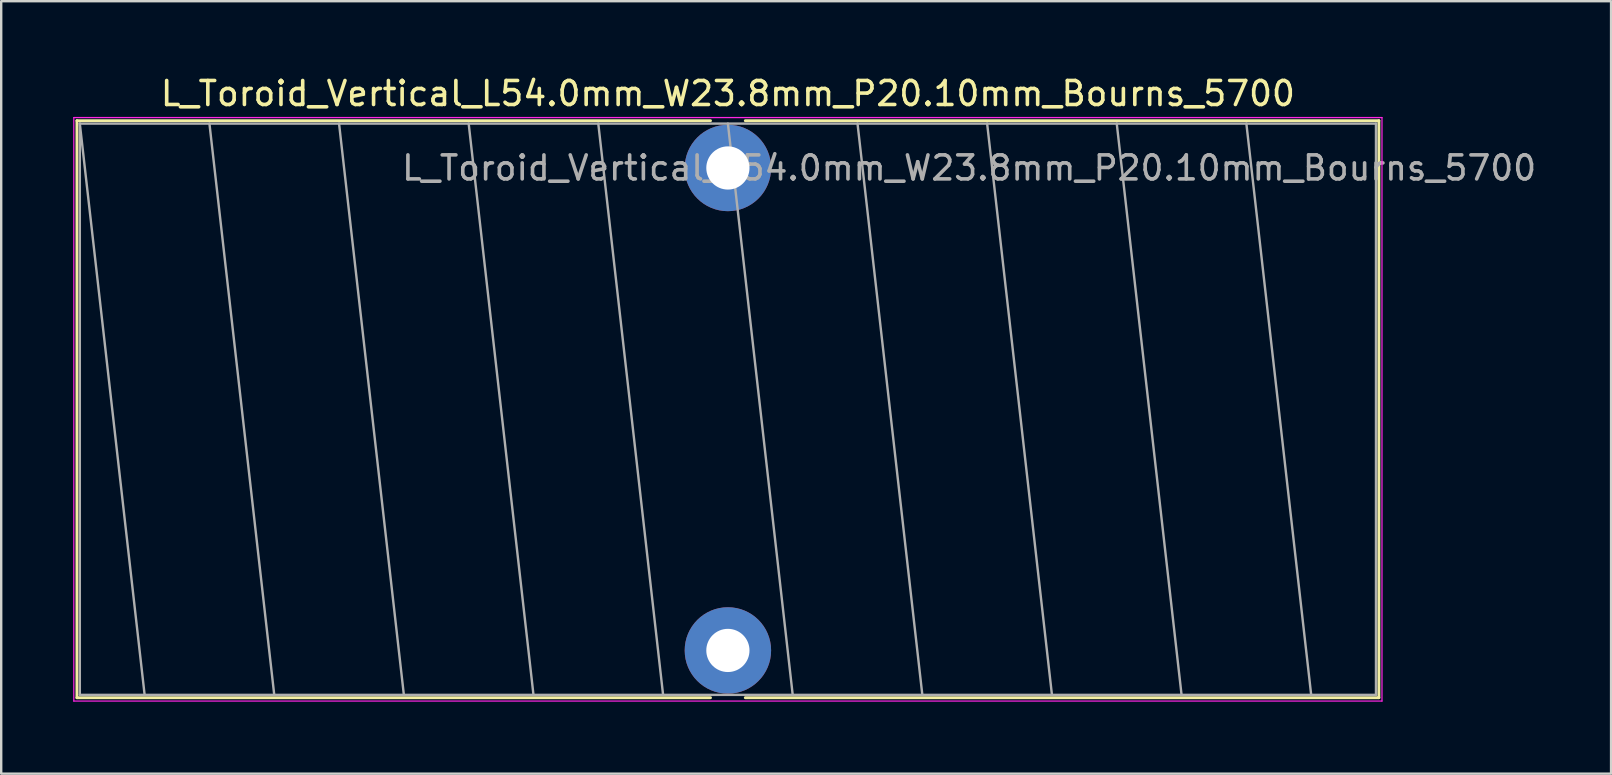
<source format=kicad_pcb>
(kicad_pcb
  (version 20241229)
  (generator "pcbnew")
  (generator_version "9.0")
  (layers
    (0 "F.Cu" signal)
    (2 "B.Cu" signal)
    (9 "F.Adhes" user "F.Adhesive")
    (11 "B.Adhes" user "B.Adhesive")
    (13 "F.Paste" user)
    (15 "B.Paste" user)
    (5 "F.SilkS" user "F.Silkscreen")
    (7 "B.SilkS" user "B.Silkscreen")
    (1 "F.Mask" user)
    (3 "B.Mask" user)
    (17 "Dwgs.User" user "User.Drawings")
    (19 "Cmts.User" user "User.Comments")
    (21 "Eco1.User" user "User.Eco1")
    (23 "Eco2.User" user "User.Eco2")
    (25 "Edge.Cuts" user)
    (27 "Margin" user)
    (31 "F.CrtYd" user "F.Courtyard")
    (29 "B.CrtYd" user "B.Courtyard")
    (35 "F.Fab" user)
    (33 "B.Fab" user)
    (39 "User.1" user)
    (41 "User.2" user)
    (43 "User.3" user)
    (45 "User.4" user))
  (footprint "L_Toroid_Vertical_L54.0mm_W23.8mm_P20.10mm_Bourns_5700"
    (layer "F.Cu")
    (at 27.275 3.948)
    (property "Reference" "L_Toroid_Vertical_L54.0mm_W23.8mm_P20.10mm_Bourns_5700" (at 0 -3.1 0) (layer "F.SilkS") (effects (font (size 1 1) (thickness 0.15))))
    (attr through_hole)
    (fp_line (start -27.12 -1.97) (end -27.12 22.07) (stroke (width 0.12) (type solid)) (layer "F.SilkS"))
    (fp_line (start -27.12 -1.97) (end -0.725 -1.97) (stroke (width 0.12) (type solid)) (layer "F.SilkS"))
    (fp_line (start -27.12 22.07) (end -0.725 22.07) (stroke (width 0.12) (type solid)) (layer "F.SilkS"))
    (fp_line (start 0.725 -1.97) (end 27.12 -1.97) (stroke (width 0.12) (type solid)) (layer "F.SilkS"))
    (fp_line (start 0.725 22.07) (end 27.12 22.07) (stroke (width 0.12) (type solid)) (layer "F.SilkS"))
    (fp_line (start 27.12 -1.97) (end 27.12 22.07) (stroke (width 0.12) (type solid)) (layer "F.SilkS"))
    (fp_line (start -27.25 -2.1) (end -27.25 22.21) (stroke (width 0.05) (type solid)) (layer "F.CrtYd"))
    (fp_line (start -27.25 22.21) (end 27.25 22.21) (stroke (width 0.05) (type solid)) (layer "F.CrtYd"))
    (fp_line (start 27.25 -2.1) (end -27.25 -2.1) (stroke (width 0.05) (type solid)) (layer "F.CrtYd"))
    (fp_line (start 27.25 22.21) (end 27.25 -2.1) (stroke (width 0.05) (type solid)) (layer "F.CrtYd"))
    (fp_line (start -27 -1.85) (end -27 21.95) (stroke (width 0.1) (type solid)) (layer "F.Fab"))
    (fp_line (start -27 -1.85) (end -24.3 21.95) (stroke (width 0.1) (type solid)) (layer "F.Fab"))
    (fp_line (start -27 21.95) (end 27 21.95) (stroke (width 0.1) (type solid)) (layer "F.Fab"))
    (fp_line (start -21.6 -1.85) (end -18.9 21.95) (stroke (width 0.1) (type solid)) (layer "F.Fab"))
    (fp_line (start -16.2 -1.85) (end -13.5 21.95) (stroke (width 0.1) (type solid)) (layer "F.Fab"))
    (fp_line (start -10.8 -1.85) (end -8.1 21.95) (stroke (width 0.1) (type solid)) (layer "F.Fab"))
    (fp_line (start -5.4 -1.85) (end -2.7 21.95) (stroke (width 0.1) (type solid)) (layer "F.Fab"))
    (fp_line (start 0 -1.85) (end 2.7 21.95) (stroke (width 0.1) (type solid)) (layer "F.Fab"))
    (fp_line (start 5.4 -1.85) (end 8.1 21.95) (stroke (width 0.1) (type solid)) (layer "F.Fab"))
    (fp_line (start 10.8 -1.85) (end 13.5 21.95) (stroke (width 0.1) (type solid)) (layer "F.Fab"))
    (fp_line (start 16.2 -1.85) (end 18.9 21.95) (stroke (width 0.1) (type solid)) (layer "F.Fab"))
    (fp_line (start 21.6 -1.85) (end 24.3 21.95) (stroke (width 0.1) (type solid)) (layer "F.Fab"))
    (fp_line (start 27 -1.85) (end -27 -1.85) (stroke (width 0.1) (type solid)) (layer "F.Fab"))
    (fp_line (start 27 21.95) (end 27 -1.85) (stroke (width 0.1) (type solid)) (layer "F.Fab"))
    (fp_text user "${REFERENCE}" (at 10.05 0 0) (layer "F.Fab") (effects (font (size 1 1) (thickness 0.15))))
    (pad "1" thru_hole circle (at 0 0) (size 3.6 3.6) (drill 1.8) (layers "*.Cu" "*.Mask"))
    (pad "2" thru_hole circle (at 0 20.1) (size 3.6 3.6) (drill 1.8) (layers "*.Cu" "*.Mask")))
  (gr_rect
    (start -3 -3)
    (end 64.069 29.183)
    (stroke (width 0.1) (type default))
    (fill no)
    (layer "Edge.Cuts")))
</source>
